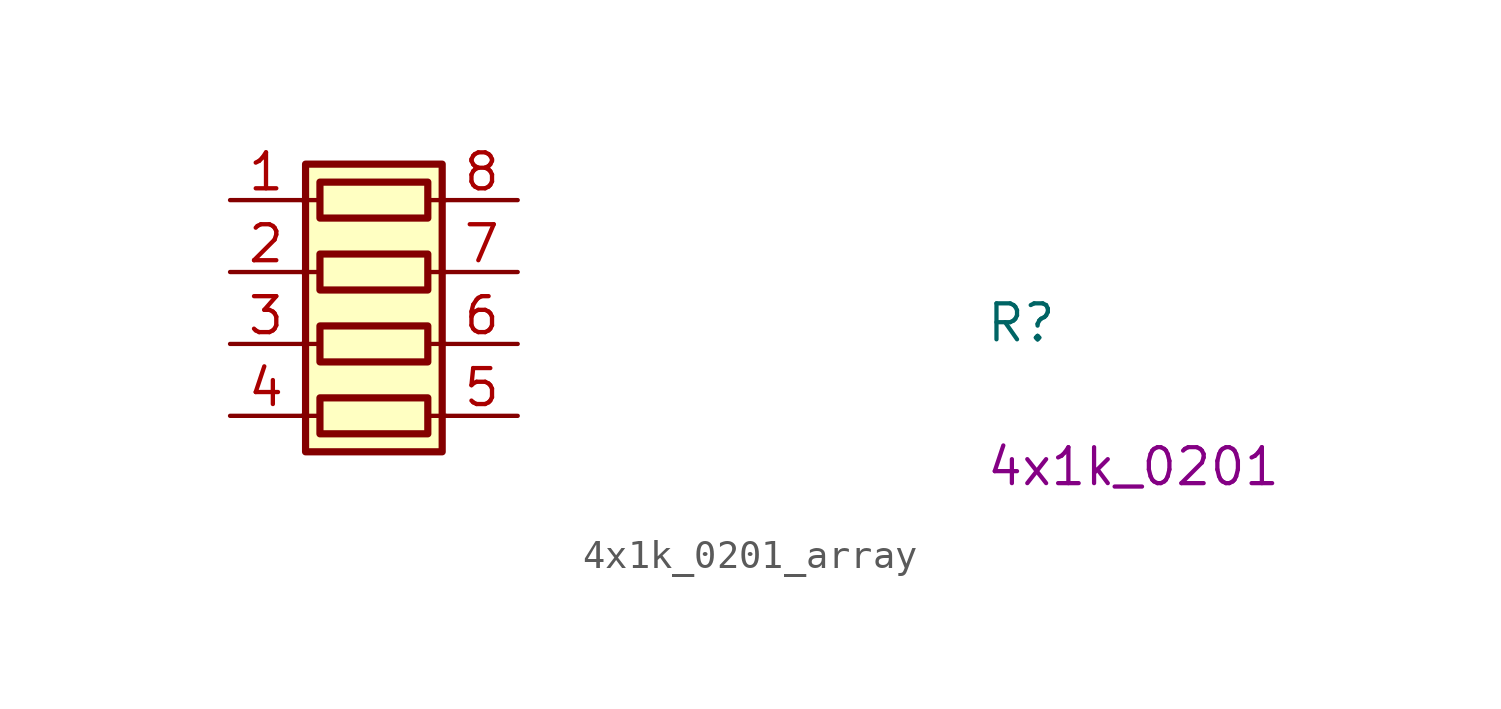
<source format=kicad_sym>
(kicad_symbol_lib
  (version 20220914)
  (generator kicad_symbol_editor)
  (symbol "4x1k_0201_array"
    (pin_names hide)
    (property "Reference" "R"
      (at 26.67 -5.08 0)
      (effects (font (size 1.27 1.27) (thickness 0.15)) (justify left bottom)))
    (property "Val" "4x1k_0201"
      (at 26.67 -10.16 0)
      (effects (font (size 1.27 1.27) (thickness 0.15)) (justify left bottom)))
    (symbol "4x1k_0201_array_0_1"
      (polyline (pts (xy 2.54 -7.62) (xy 3.175 -7.62)) (stroke (width 0) (type default)) (fill (type none)))
      (polyline (pts (xy 2.54 -5.08) (xy 3.175 -5.08)) (stroke (width 0) (type default)) (fill (type none)))
      (polyline (pts (xy 2.54 -2.54) (xy 3.175 -2.54)) (stroke (width 0) (type default)) (fill (type none)))
      (polyline (pts (xy 2.54 0) (xy 3.175 0)) (stroke (width 0) (type default)) (fill (type none)))
      (polyline (pts (xy 6.985 -7.62) (xy 7.62 -7.62)) (stroke (width 0) (type default)) (fill (type none)))
      (polyline (pts (xy 6.985 -5.08) (xy 7.62 -5.08)) (stroke (width 0) (type default)) (fill (type none)))
      (polyline (pts (xy 6.985 -2.54) (xy 7.62 -2.54)) (stroke (width 0) (type default)) (fill (type none)))
      (polyline (pts (xy 6.985 0) (xy 7.62 0)) (stroke (width 0) (type default)) (fill (type none)))
      (rectangle (start 2.667 1.27) (end 7.493 -8.89) (stroke (width 0.254) (type default)) (fill (type background)))
      (rectangle (start 6.985 -6.985) (end 3.175 -8.255) (stroke (width 0.254) (type default)) (fill (type none)))
      (rectangle (start 6.985 -4.445) (end 3.175 -5.715) (stroke (width 0.254) (type default)) (fill (type none)))
      (rectangle (start 6.985 -1.905) (end 3.175 -3.175) (stroke (width 0.254) (type default)) (fill (type none)))
      (rectangle (start 6.985 0.635) (end 3.175 -0.635) (stroke (width 0.254) (type default)) (fill (type none))))
    (symbol "4x1k_0201_array_1_1"
      (pin passive line (at 0 0 0) (length 2.54) (name "R1.1" (effects (font (size 1.27 1.27)))) (number "1" (effects (font (size 1.27 1.27)))))
      (pin passive line (at 0 -2.54 0) (length 2.54) (name "R2.1" (effects (font (size 1.27 1.27)))) (number "2" (effects (font (size 1.27 1.27)))))
      (pin passive line (at 0 -5.08 0) (length 2.54) (name "R3.1" (effects (font (size 1.27 1.27)))) (number "3" (effects (font (size 1.27 1.27)))))
      (pin passive line (at 0 -7.62 0) (length 2.54) (name "R4.1" (effects (font (size 1.27 1.27)))) (number "4" (effects (font (size 1.27 1.27)))))
      (pin passive line (at 10.16 -7.62 180) (length 2.54) (name "R4.2" (effects (font (size 1.27 1.27)))) (number "5" (effects (font (size 1.27 1.27)))))
      (pin passive line (at 10.16 -5.08 180) (length 2.54) (name "R3.2" (effects (font (size 1.27 1.27)))) (number "6" (effects (font (size 1.27 1.27)))))
      (pin passive line (at 10.16 -2.54 180) (length 2.54) (name "R2.2" (effects (font (size 1.27 1.27)))) (number "7" (effects (font (size 1.27 1.27)))))
      (pin passive line (at 10.16 0 180) (length 2.54) (name "R1.2" (effects (font (size 1.27 1.27)))) (number "8" (effects (font (size 1.27 1.27))))))))
</source>
